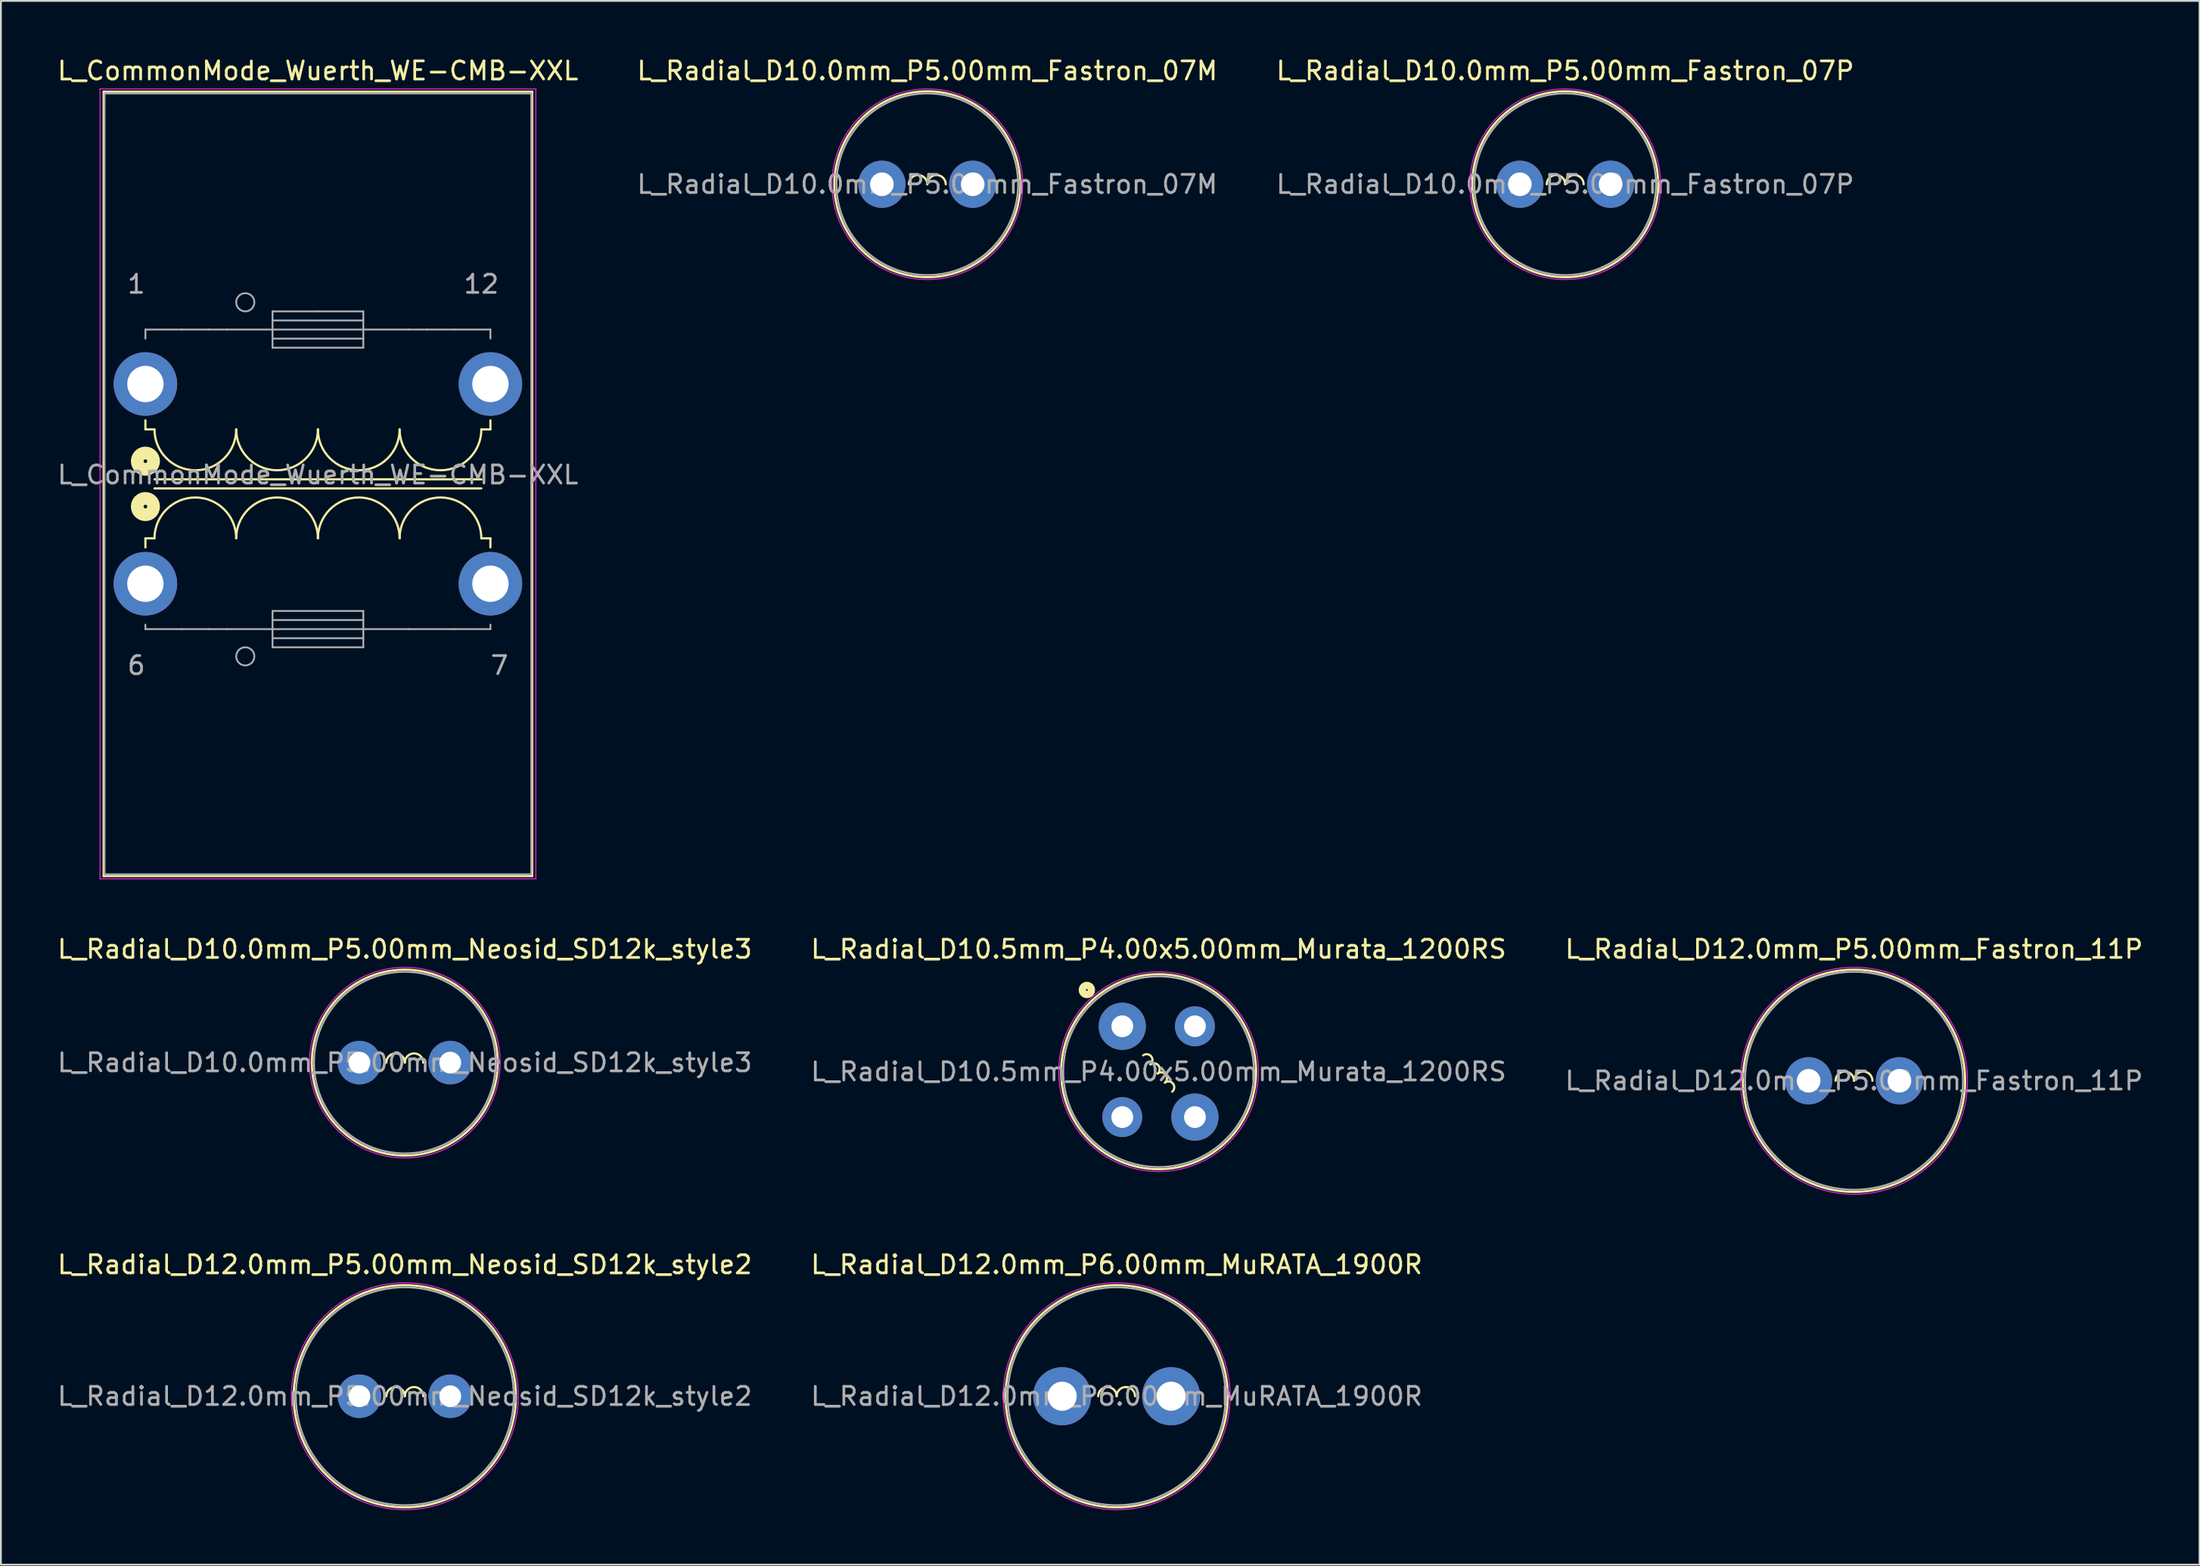
<source format=kicad_pcb>
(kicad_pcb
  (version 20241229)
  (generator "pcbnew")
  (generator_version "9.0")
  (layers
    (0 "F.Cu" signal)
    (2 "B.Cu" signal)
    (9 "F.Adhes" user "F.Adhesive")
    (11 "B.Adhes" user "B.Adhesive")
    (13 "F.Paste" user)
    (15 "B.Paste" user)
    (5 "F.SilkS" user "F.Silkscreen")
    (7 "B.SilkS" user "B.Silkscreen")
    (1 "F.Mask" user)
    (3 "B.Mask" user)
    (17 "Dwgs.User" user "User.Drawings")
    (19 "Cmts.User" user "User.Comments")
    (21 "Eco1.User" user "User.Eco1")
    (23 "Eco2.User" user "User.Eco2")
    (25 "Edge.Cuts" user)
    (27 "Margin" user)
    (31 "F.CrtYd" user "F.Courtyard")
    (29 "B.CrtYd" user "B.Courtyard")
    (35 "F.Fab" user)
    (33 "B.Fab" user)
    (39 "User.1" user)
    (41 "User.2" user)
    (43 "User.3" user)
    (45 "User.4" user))
  (footprint "L_Radial_D10.0mm_P5.00mm_Fastron_07M"
    (layer "F.Cu")
    (at 45.518 7.098)
    (property "Reference" "L_Radial_D10.0mm_P5.00mm_Fastron_07M" (at 2.5 -6.25 0) (layer "F.SilkS") (effects (font (size 1 1) (thickness 0.15))))
    (attr through_hole)
    (fp_arc (start 1.484 0) (mid 1.992 -0.508) (end 2.5 0) (stroke (width 0.12) (type solid)) (layer "F.SilkS"))
    (fp_arc (start 2.5 0) (mid 3.008 -0.508) (end 3.516 0) (stroke (width 0.12) (type solid)) (layer "F.SilkS"))
    (fp_circle (center 2.5 0) (end 7.62 0) (stroke (width 0.12) (type solid)) (fill no) (layer "F.SilkS"))
    (fp_circle (center 2.5 0) (end 7.75 0) (stroke (width 0.05) (type solid)) (fill no) (layer "F.CrtYd"))
    (fp_circle (center 2.5 0) (end 7.5 0) (stroke (width 0.1) (type solid)) (fill no) (layer "F.Fab"))
    (fp_text user "${REFERENCE}" (at 2.5 0 0) (layer "F.Fab") (effects (font (size 1 1) (thickness 0.15))))
    (pad "1" thru_hole circle (at 0 0) (size 2.6 2.6) (drill 1.3) (layers "*.Cu" "*.Mask"))
    (pad "2" thru_hole circle (at 5 0) (size 2.6 2.6) (drill 1.3) (layers "*.Cu" "*.Mask")))
  (footprint "L_Radial_D12.0mm_P5.00mm_Fastron_11P"
    (layer "F.Cu")
    (at 96.554 56.471)
    (property "Reference" "L_Radial_D12.0mm_P5.00mm_Fastron_11P" (at 2.5 -7.25 0) (layer "F.SilkS") (effects (font (size 1 1) (thickness 0.15))))
    (attr through_hole)
    (fp_arc (start 1.484 0) (mid 1.992 -0.508) (end 2.5 0) (stroke (width 0.12) (type solid)) (layer "F.SilkS"))
    (fp_arc (start 2.5 0) (mid 3.008 -0.508) (end 3.516 0) (stroke (width 0.12) (type solid)) (layer "F.SilkS"))
    (fp_circle (center 2.5 0) (end 8.62 0) (stroke (width 0.12) (type solid)) (fill no) (layer "F.SilkS"))
    (fp_circle (center 2.5 0) (end 8.75 0) (stroke (width 0.05) (type solid)) (fill no) (layer "F.CrtYd"))
    (fp_circle (center 2.5 0) (end 8.5 0) (stroke (width 0.1) (type solid)) (fill no) (layer "F.Fab"))
    (fp_text user "${REFERENCE}" (at 2.5 0 0) (layer "F.Fab") (effects (font (size 1 1) (thickness 0.15))))
    (pad "1" thru_hole circle (at 0 0) (size 2.6 2.6) (drill 1.3) (layers "*.Cu" "*.Mask"))
    (pad "2" thru_hole circle (at 5 0) (size 2.6 2.6) (drill 1.3) (layers "*.Cu" "*.Mask")))
  (footprint "L_Radial_D10.0mm_P5.00mm_Neosid_SD12k_style3"
    (layer "F.Cu")
    (at 16.744 55.471)
    (property "Reference" "L_Radial_D10.0mm_P5.00mm_Neosid_SD12k_style3" (at 2.5 -6.25 0) (layer "F.SilkS") (effects (font (size 1 1) (thickness 0.15))))
    (attr through_hole)
    (fp_arc (start 1.484 0) (mid 1.992 -0.508) (end 2.5 0) (stroke (width 0.12) (type solid)) (layer "F.SilkS"))
    (fp_arc (start 2.5 0) (mid 3.008 -0.508) (end 3.516 0) (stroke (width 0.12) (type solid)) (layer "F.SilkS"))
    (fp_circle (center 2.5 0) (end 7.62 0) (stroke (width 0.12) (type solid)) (fill no) (layer "F.SilkS"))
    (fp_circle (center 2.5 0) (end 7.75 0) (stroke (width 0.05) (type solid)) (fill no) (layer "F.CrtYd"))
    (fp_circle (center 2.5 0) (end 7.5 0) (stroke (width 0.1) (type solid)) (fill no) (layer "F.Fab"))
    (fp_text user "${REFERENCE}" (at 2.5 0 0) (layer "F.Fab") (effects (font (size 1 1) (thickness 0.15))))
    (pad "1" thru_hole circle (at 0 0) (size 2.4 2.4) (drill 1.2) (layers "*.Cu" "*.Mask"))
    (pad "2" thru_hole circle (at 5 0) (size 2.4 2.4) (drill 1.2) (layers "*.Cu" "*.Mask")))
  (footprint "L_Radial_D12.0mm_P5.00mm_Neosid_SD12k_style2"
    (layer "F.Cu")
    (at 16.744 73.845)
    (property "Reference" "L_Radial_D12.0mm_P5.00mm_Neosid_SD12k_style2" (at 2.5 -7.25 0) (layer "F.SilkS") (effects (font (size 1 1) (thickness 0.15))))
    (attr through_hole)
    (fp_arc (start 1.484 0) (mid 1.992 -0.508) (end 2.5 0) (stroke (width 0.12) (type solid)) (layer "F.SilkS"))
    (fp_arc (start 2.5 0) (mid 3.008 -0.508) (end 3.516 0) (stroke (width 0.12) (type solid)) (layer "F.SilkS"))
    (fp_circle (center 2.5 0) (end 8.62 0) (stroke (width 0.12) (type solid)) (fill no) (layer "F.SilkS"))
    (fp_circle (center 2.5 0) (end 8.75 0) (stroke (width 0.05) (type solid)) (fill no) (layer "F.CrtYd"))
    (fp_circle (center 2.5 0) (end 8.5 0) (stroke (width 0.1) (type solid)) (fill no) (layer "F.Fab"))
    (fp_text user "${REFERENCE}" (at 2.5 0 0) (layer "F.Fab") (effects (font (size 1 1) (thickness 0.15))))
    (pad "1" thru_hole circle (at 0 0) (size 2.4 2.4) (drill 1.2) (layers "*.Cu" "*.Mask"))
    (pad "2" thru_hole circle (at 5 0) (size 2.4 2.4) (drill 1.2) (layers "*.Cu" "*.Mask")))
  (footprint "L_Radial_D10.0mm_P5.00mm_Fastron_07P"
    (layer "F.Cu")
    (at 80.649 7.098)
    (property "Reference" "L_Radial_D10.0mm_P5.00mm_Fastron_07P" (at 2.5 -6.25 0) (layer "F.SilkS") (effects (font (size 1 1) (thickness 0.15))))
    (attr through_hole)
    (fp_arc (start 1.484 0) (mid 1.992 -0.508) (end 2.5 0) (stroke (width 0.12) (type solid)) (layer "F.SilkS"))
    (fp_arc (start 2.5 0) (mid 3.008 -0.508) (end 3.516 0) (stroke (width 0.12) (type solid)) (layer "F.SilkS"))
    (fp_circle (center 2.5 0) (end 7.62 0) (stroke (width 0.12) (type solid)) (fill no) (layer "F.SilkS"))
    (fp_circle (center 2.5 0) (end 7.75 0) (stroke (width 0.05) (type solid)) (fill no) (layer "F.CrtYd"))
    (fp_circle (center 2.5 0) (end 7.5 0) (stroke (width 0.1) (type solid)) (fill no) (layer "F.Fab"))
    (fp_text user "${REFERENCE}" (at 2.5 0 0) (layer "F.Fab") (effects (font (size 1 1) (thickness 0.15))))
    (pad "1" thru_hole circle (at 0 0) (size 2.6 2.6) (drill 1.3) (layers "*.Cu" "*.Mask"))
    (pad "2" thru_hole circle (at 5 0) (size 2.6 2.6) (drill 1.3) (layers "*.Cu" "*.Mask")))
  (footprint "L_CommonMode_Wuerth_WE-CMB-XXL"
    (layer "F.Cu")
    (at 4.958 18.098)
    (property "Reference" "L_CommonMode_Wuerth_WE-CMB-XXL" (at 9.5 -17.25 0) (layer "F.SilkS") (effects (font (size 1 1) (thickness 0.15))))
    (attr through_hole)
    (fp_line (start -2.3 -16.1) (end 21.3 -16.1) (stroke (width 0.12) (type solid)) (layer "F.SilkS"))
    (fp_line (start -2.3 27.1) (end -2.3 -16.1) (stroke (width 0.12) (type solid)) (layer "F.SilkS"))
    (fp_line (start 0 2.5) (end 0 2) (stroke (width 0.12) (type solid)) (layer "F.SilkS"))
    (fp_line (start 0 8.5) (end 0 9) (stroke (width 0.12) (type solid)) (layer "F.SilkS"))
    (fp_line (start 0.5 2.5) (end 0 2.5) (stroke (width 0.12) (type solid)) (layer "F.SilkS"))
    (fp_line (start 0.5 5.75) (end 18.5 5.75) (stroke (width 0.12) (type solid)) (layer "F.SilkS"))
    (fp_line (start 0.5 8.5) (end 0 8.5) (stroke (width 0.12) (type solid)) (layer "F.SilkS"))
    (fp_line (start 18.5 2.5) (end 19 2.5) (stroke (width 0.12) (type solid)) (layer "F.SilkS"))
    (fp_line (start 18.5 5.25) (end 0.5 5.25) (stroke (width 0.12) (type solid)) (layer "F.SilkS"))
    (fp_line (start 18.5 8.5) (end 19 8.5) (stroke (width 0.12) (type solid)) (layer "F.SilkS"))
    (fp_line (start 19 2.5) (end 19 2) (stroke (width 0.12) (type solid)) (layer "F.SilkS"))
    (fp_line (start 19 8.5) (end 19 9) (stroke (width 0.12) (type solid)) (layer "F.SilkS"))
    (fp_line (start 21.3 -16.1) (end 21.3 27.1) (stroke (width 0.12) (type solid)) (layer "F.SilkS"))
    (fp_line (start 21.3 27.1) (end -2.3 27.1) (stroke (width 0.12) (type solid)) (layer "F.SilkS"))
    (fp_arc (start 0.5 8.5) (mid 2.75 6.25) (end 5 8.5) (stroke (width 0.12) (type solid)) (layer "F.SilkS"))
    (fp_arc (start 5 2.5) (mid 2.75 4.75) (end 0.5 2.5) (stroke (width 0.12) (type solid)) (layer "F.SilkS"))
    (fp_arc (start 5 8.5) (mid 7.25 6.25) (end 9.5 8.5) (stroke (width 0.12) (type solid)) (layer "F.SilkS"))
    (fp_arc (start 9.5 2.5) (mid 7.25 4.75) (end 5 2.5) (stroke (width 0.12) (type solid)) (layer "F.SilkS"))
    (fp_arc (start 9.5 8.5) (mid 11.75 6.25) (end 14 8.5) (stroke (width 0.12) (type solid)) (layer "F.SilkS"))
    (fp_arc (start 14 2.5) (mid 11.75 4.75) (end 9.5 2.5) (stroke (width 0.12) (type solid)) (layer "F.SilkS"))
    (fp_arc (start 14 8.5) (mid 16.25 6.25) (end 18.5 8.5) (stroke (width 0.12) (type solid)) (layer "F.SilkS"))
    (fp_arc (start 18.5 2.5) (mid 16.25 4.75) (end 14 2.5) (stroke (width 0.12) (type solid)) (layer "F.SilkS"))
    (fp_circle (center 0 4.25) (end 0.1 4.25) (stroke (width 0.7) (type solid)) (fill no) (layer "F.SilkS"))
    (fp_circle (center 0 6.75) (end 0.1 6.75) (stroke (width 0.7) (type solid)) (fill no) (layer "F.SilkS"))
    (fp_line (start -2.5 -16.25) (end 21.5 -16.25) (stroke (width 0.05) (type solid)) (layer "F.CrtYd"))
    (fp_line (start -2.5 27.25) (end -2.5 -16.25) (stroke (width 0.05) (type solid)) (layer "F.CrtYd"))
    (fp_line (start 21.5 -16.25) (end 21.5 27.25) (stroke (width 0.05) (type solid)) (layer "F.CrtYd"))
    (fp_line (start 21.5 27.25) (end -2.5 27.25) (stroke (width 0.05) (type solid)) (layer "F.CrtYd"))
    (fp_line (start -2.25 -16) (end -2.25 27) (stroke (width 0.1) (type solid)) (layer "F.Fab"))
    (fp_line (start -2.25 27) (end 21.25 27) (stroke (width 0.1) (type solid)) (layer "F.Fab"))
    (fp_line (start 0 -3) (end 0 -2.5) (stroke (width 0.1) (type solid)) (layer "F.Fab"))
    (fp_line (start 0 13.5) (end 0 13.25) (stroke (width 0.1) (type solid)) (layer "F.Fab"))
    (fp_line (start 2 -3) (end 0 -3) (stroke (width 0.1) (type solid)) (layer "F.Fab"))
    (fp_line (start 2 13.5) (end 0 13.5) (stroke (width 0.1) (type solid)) (layer "F.Fab"))
    (fp_line (start 3.5 -3) (end 2 -3) (stroke (width 0.1) (type solid)) (layer "F.Fab"))
    (fp_line (start 3.5 13.5) (end 2 13.5) (stroke (width 0.1) (type solid)) (layer "F.Fab"))
    (fp_line (start 4.5 -3) (end 3.5 -3) (stroke (width 0.1) (type solid)) (layer "F.Fab"))
    (fp_line (start 4.5 13.5) (end 3.5 13.5) (stroke (width 0.1) (type solid)) (layer "F.Fab"))
    (fp_line (start 4.5 13.5) (end 7 13.5) (stroke (width 0.1) (type solid)) (layer "F.Fab"))
    (fp_line (start 7 -4) (end 9.5 -4) (stroke (width 0.1) (type solid)) (layer "F.Fab"))
    (fp_line (start 7 -3) (end 4.5 -3) (stroke (width 0.1) (type solid)) (layer "F.Fab"))
    (fp_line (start 7 -3) (end 12 -3) (stroke (width 0.1) (type solid)) (layer "F.Fab"))
    (fp_line (start 7 -2.5) (end 12 -2.5) (stroke (width 0.1) (type solid)) (layer "F.Fab"))
    (fp_line (start 7 -2) (end 7 -4) (stroke (width 0.1) (type solid)) (layer "F.Fab"))
    (fp_line (start 7 12.5) (end 12 12.5) (stroke (width 0.1) (type solid)) (layer "F.Fab"))
    (fp_line (start 7 14) (end 12 14) (stroke (width 0.1) (type solid)) (layer "F.Fab"))
    (fp_line (start 7 14.5) (end 7 12.5) (stroke (width 0.1) (type solid)) (layer "F.Fab"))
    (fp_line (start 9.5 -4) (end 12 -4) (stroke (width 0.1) (type solid)) (layer "F.Fab"))
    (fp_line (start 12 -4) (end 12 -2) (stroke (width 0.1) (type solid)) (layer "F.Fab"))
    (fp_line (start 12 -3.5) (end 7 -3.5) (stroke (width 0.1) (type solid)) (layer "F.Fab"))
    (fp_line (start 12 -3) (end 14.5 -3) (stroke (width 0.1) (type solid)) (layer "F.Fab"))
    (fp_line (start 12 -2) (end 7 -2) (stroke (width 0.1) (type solid)) (layer "F.Fab"))
    (fp_line (start 12 12.5) (end 12 14.5) (stroke (width 0.1) (type solid)) (layer "F.Fab"))
    (fp_line (start 12 13) (end 7 13) (stroke (width 0.1) (type solid)) (layer "F.Fab"))
    (fp_line (start 12 13.5) (end 7 13.5) (stroke (width 0.1) (type solid)) (layer "F.Fab"))
    (fp_line (start 12 14.5) (end 7 14.5) (stroke (width 0.1) (type solid)) (layer "F.Fab"))
    (fp_line (start 14.5 -3) (end 15.5 -3) (stroke (width 0.1) (type solid)) (layer "F.Fab"))
    (fp_line (start 14.5 13.5) (end 12 13.5) (stroke (width 0.1) (type solid)) (layer "F.Fab"))
    (fp_line (start 14.5 13.5) (end 17 13.5) (stroke (width 0.1) (type solid)) (layer "F.Fab"))
    (fp_line (start 15.5 -3) (end 17 -3) (stroke (width 0.1) (type solid)) (layer "F.Fab"))
    (fp_line (start 17 -3) (end 19 -3) (stroke (width 0.1) (type solid)) (layer "F.Fab"))
    (fp_line (start 17 13.5) (end 19 13.5) (stroke (width 0.1) (type solid)) (layer "F.Fab"))
    (fp_line (start 19 -3) (end 19 -2.5) (stroke (width 0.1) (type solid)) (layer "F.Fab"))
    (fp_line (start 19 13.5) (end 19 13.25) (stroke (width 0.1) (type solid)) (layer "F.Fab"))
    (fp_line (start 21.25 -16) (end -2.25 -16) (stroke (width 0.1) (type solid)) (layer "F.Fab"))
    (fp_line (start 21.25 27) (end 21.25 -16) (stroke (width 0.1) (type solid)) (layer "F.Fab"))
    (fp_circle (center 5.5 -4.5) (end 6 -4.5) (stroke (width 0.1) (type solid)) (fill no) (layer "F.Fab"))
    (fp_circle (center 5.5 15) (end 6 15) (stroke (width 0.1) (type solid)) (fill no) (layer "F.Fab"))
    (fp_text user "12" (at 18.5 -5.5 0) (layer "F.Fab") (effects (font (size 1 1) (thickness 0.15))))
    (fp_text user "1" (at -0.5 -5.5 0) (layer "F.Fab") (effects (font (size 1 1) (thickness 0.15))))
    (fp_text user "${REFERENCE}" (at 9.5 5 0) (layer "F.Fab") (effects (font (size 1 1) (thickness 0.15))))
    (fp_text user "6" (at -0.5 15.5 0) (layer "F.Fab") (effects (font (size 1 1) (thickness 0.15))))
    (fp_text user "7" (at 19.5 15.5 0) (layer "F.Fab") (effects (font (size 1 1) (thickness 0.15))))
    (pad "1" thru_hole circle (at 0 0) (size 3.5 3.5) (drill 2) (layers "*.Cu" "*.Mask"))
    (pad "6" thru_hole circle (at 0 11) (size 3.5 3.5) (drill 2) (layers "*.Cu" "*.Mask"))
    (pad "7" thru_hole circle (at 19 11) (size 3.5 3.5) (drill 2) (layers "*.Cu" "*.Mask"))
    (pad "12" thru_hole circle (at 19 0) (size 3.5 3.5) (drill 2) (layers "*.Cu" "*.Mask")))
  (footprint "L_Radial_D12.0mm_P6.00mm_MuRATA_1900R"
    (layer "F.Cu")
    (at 55.446 73.845)
    (property "Reference" "L_Radial_D12.0mm_P6.00mm_MuRATA_1900R" (at 3 -7.25 0) (layer "F.SilkS") (effects (font (size 1 1) (thickness 0.15))))
    (attr through_hole)
    (fp_arc (start 1.984 0) (mid 2.492 -0.508) (end 3 0) (stroke (width 0.12) (type solid)) (layer "F.SilkS"))
    (fp_arc (start 3 0) (mid 3.508 -0.508) (end 4.016 0) (stroke (width 0.12) (type solid)) (layer "F.SilkS"))
    (fp_circle (center 3 0) (end 9.12 0) (stroke (width 0.12) (type solid)) (fill no) (layer "F.SilkS"))
    (fp_circle (center 3 0) (end 9.25 0) (stroke (width 0.05) (type solid)) (fill no) (layer "F.CrtYd"))
    (fp_circle (center 3 0) (end 9 0) (stroke (width 0.1) (type solid)) (fill no) (layer "F.Fab"))
    (fp_text user "${REFERENCE}" (at 3 0 0) (layer "F.Fab") (effects (font (size 1 1) (thickness 0.15))))
    (pad "1" thru_hole circle (at 0 0) (size 3.2 3.2) (drill 1.6) (layers "*.Cu" "*.Mask"))
    (pad "2" thru_hole circle (at 6 0) (size 3.2 3.2) (drill 1.6) (layers "*.Cu" "*.Mask")))
  (footprint "L_Radial_D10.5mm_P4.00x5.00mm_Murata_1200RS"
    (layer "F.Cu")
    (at 58.756 53.471)
    (property "Reference" "L_Radial_D10.5mm_P4.00x5.00mm_Murata_1200RS" (at 2 -4.25 0) (layer "F.SilkS") (effects (font (size 1 1) (thickness 0.15))))
    (attr through_hole)
    (fp_arc (start 1.150001 1.600001) (mid 1.592308 1.656155) (end 1.55 2.1) (stroke (width 0.12) (type solid)) (layer "F.SilkS"))
    (fp_arc (start 1.550001 2.100001) (mid 1.992308 2.156155) (end 1.95 2.6) (stroke (width 0.12) (type solid)) (layer "F.SilkS"))
    (fp_arc (start 1.95 2.6) (mid 2.392307 2.656154) (end 2.349999 3.099999) (stroke (width 0.12) (type solid)) (layer "F.SilkS"))
    (fp_arc (start 2.349999 3.099999) (mid 2.792306 3.156153) (end 2.749998 3.599998) (stroke (width 0.12) (type solid)) (layer "F.SilkS"))
    (fp_circle (center -1.95 -2) (end -1.9 -2) (stroke (width 0.4) (type solid)) (fill no) (layer "F.SilkS"))
    (fp_circle (center 2 2.5) (end 7.37 2.5) (stroke (width 0.12) (type solid)) (fill no) (layer "F.SilkS"))
    (fp_circle (center 2 2.5) (end 7.5 2.5) (stroke (width 0.05) (type solid)) (fill no) (layer "F.CrtYd"))
    (fp_circle (center 2 2.5) (end 7.25 2.5) (stroke (width 0.1) (type solid)) (fill no) (layer "F.Fab"))
    (fp_text user "${REFERENCE}" (at 2 2.5 0) (layer "F.Fab") (effects (font (size 1 1) (thickness 0.15))))
    (pad "" thru_hole circle (at 0 5) (size 2.2 2.2) (drill 1.2) (layers "*.Cu" "*.Mask"))
    (pad "" thru_hole circle (at 4 0) (size 2.2 2.2) (drill 1.2) (layers "*.Cu" "*.Mask"))
    (pad "1" thru_hole circle (at 0 0) (size 2.6 2.6) (drill 1.2) (layers "*.Cu" "*.Mask"))
    (pad "2" thru_hole circle (at 4 5) (size 2.6 2.6) (drill 1.2) (layers "*.Cu" "*.Mask")))
  (gr_rect
    (start -3 -3)
    (end 118.083 83.12)
    (stroke (width 0.1) (type default))
    (fill no)
    (layer "Edge.Cuts")))
</source>
